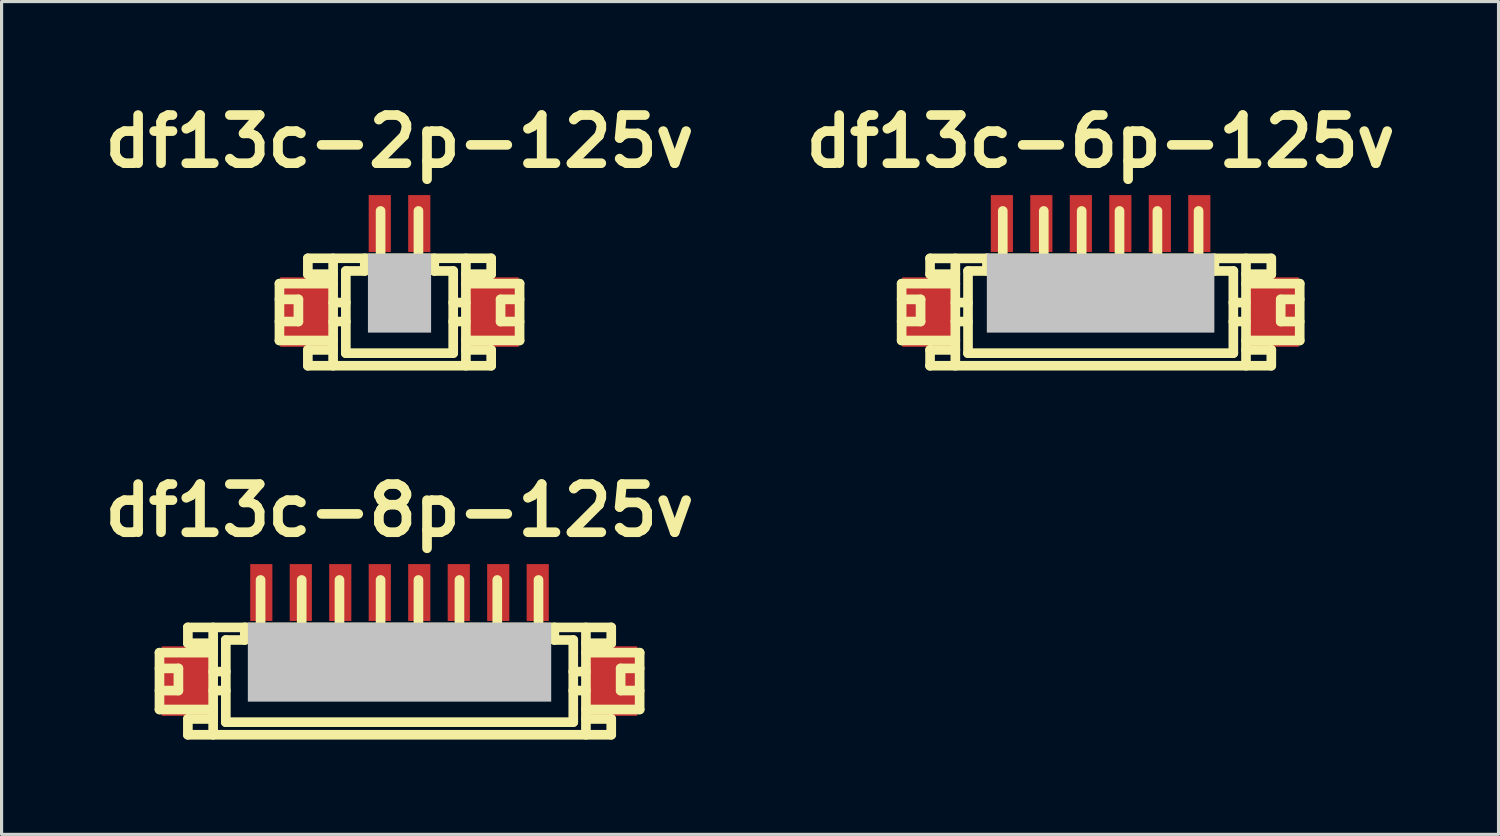
<source format=kicad_pcb>
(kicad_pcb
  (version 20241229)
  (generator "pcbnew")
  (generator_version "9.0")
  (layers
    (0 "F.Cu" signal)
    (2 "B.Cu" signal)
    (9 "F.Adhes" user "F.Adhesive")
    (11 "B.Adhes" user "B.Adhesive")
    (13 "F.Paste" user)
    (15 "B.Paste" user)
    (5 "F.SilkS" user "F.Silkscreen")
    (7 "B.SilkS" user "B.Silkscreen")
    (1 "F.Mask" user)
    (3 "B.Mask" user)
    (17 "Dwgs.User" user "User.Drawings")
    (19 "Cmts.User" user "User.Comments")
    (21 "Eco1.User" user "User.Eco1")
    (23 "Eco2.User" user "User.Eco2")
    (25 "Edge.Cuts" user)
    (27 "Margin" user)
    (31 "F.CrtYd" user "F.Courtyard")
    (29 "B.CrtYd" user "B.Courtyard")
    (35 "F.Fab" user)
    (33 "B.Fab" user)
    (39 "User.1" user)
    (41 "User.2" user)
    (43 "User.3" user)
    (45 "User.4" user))
  (footprint "df13c-6p-125v"
    (layer "F.Cu")
    (at 31.782 6.026)
    (property "Reference" "df13c-6p-125v" (at 0 -4.6 0) (layer "F.SilkS") (effects (font (size 1.524 1.524) (thickness 0.305))))
    (attr through_hole)
    (fp_line (start -6.297 -0.099) (end -4.597 -0.099) (stroke (width 0.305) (type solid)) (layer "F.SilkS"))
    (fp_line (start -6.297 0.399) (end -5.697 0.399) (stroke (width 0.305) (type solid)) (layer "F.SilkS"))
    (fp_line (start -6.297 1.699) (end -6.297 -0.099) (stroke (width 0.305) (type solid)) (layer "F.SilkS"))
    (fp_line (start -6.297 1.699) (end -4.597 1.699) (stroke (width 0.305) (type solid)) (layer "F.SilkS"))
    (fp_line (start -5.697 0.399) (end -5.697 1.1) (stroke (width 0.305) (type solid)) (layer "F.SilkS"))
    (fp_line (start -5.697 1.1) (end -6.297 1.1) (stroke (width 0.305) (type solid)) (layer "F.SilkS"))
    (fp_line (start -5.4 2.499) (end 5.4 2.499) (stroke (width 0.305) (type solid)) (layer "F.SilkS"))
    (fp_line (start -5.397 -0.399) (end -5.397 -0.899) (stroke (width 0.305) (type solid)) (layer "F.SilkS"))
    (fp_line (start -5.397 2.499) (end -5.397 1.999) (stroke (width 0.305) (type solid)) (layer "F.SilkS"))
    (fp_line (start -4.597 -0.899) (end -4.597 2.499) (stroke (width 0.305) (type solid)) (layer "F.SilkS"))
    (fp_line (start -4.597 -0.399) (end -5.397 -0.399) (stroke (width 0.305) (type solid)) (layer "F.SilkS"))
    (fp_line (start -4.597 0.5) (end -4.196 0.5) (stroke (width 0.305) (type solid)) (layer "F.SilkS"))
    (fp_line (start -4.597 1.1) (end -4.196 1.1) (stroke (width 0.305) (type solid)) (layer "F.SilkS"))
    (fp_line (start -4.597 1.999) (end -5.397 1.999) (stroke (width 0.305) (type solid)) (layer "F.SilkS"))
    (fp_line (start -4.196 -0.5) (end -3.597 -0.5) (stroke (width 0.305) (type solid)) (layer "F.SilkS"))
    (fp_line (start -4.196 2.101) (end -4.196 -0.5) (stroke (width 0.305) (type solid)) (layer "F.SilkS"))
    (fp_line (start -3.597 -0.902) (end -3.597 -0.5) (stroke (width 0.305) (type solid)) (layer "F.SilkS"))
    (fp_line (start -3.198 0.998) (end -3.198 1.199) (stroke (width 0.305) (type solid)) (layer "F.SilkS"))
    (fp_line (start -3.198 1.199) (end -2.997 1.199) (stroke (width 0.305) (type solid)) (layer "F.SilkS"))
    (fp_line (start -3.096 -0.902) (end -3.096 -2.4) (stroke (width 0.305) (type solid)) (layer "F.SilkS"))
    (fp_line (start -2.997 0.998) (end -3.198 0.998) (stroke (width 0.305) (type solid)) (layer "F.SilkS"))
    (fp_line (start -2.997 1.199) (end -2.997 0.998) (stroke (width 0.305) (type solid)) (layer "F.SilkS"))
    (fp_line (start -1.897 1.001) (end -1.699 1.001) (stroke (width 0.305) (type solid)) (layer "F.SilkS"))
    (fp_line (start -1.897 1.199) (end -1.897 1.001) (stroke (width 0.305) (type solid)) (layer "F.SilkS"))
    (fp_line (start -1.798 -0.899) (end -1.798 -2.4) (stroke (width 0.305) (type solid)) (layer "F.SilkS"))
    (fp_line (start -1.699 1.001) (end -1.699 1.199) (stroke (width 0.305) (type solid)) (layer "F.SilkS"))
    (fp_line (start -1.699 1.199) (end -1.897 1.199) (stroke (width 0.305) (type solid)) (layer "F.SilkS"))
    (fp_line (start -0.699 1.001) (end -0.5 1.001) (stroke (width 0.305) (type solid)) (layer "F.SilkS"))
    (fp_line (start -0.699 1.199) (end -0.699 1.001) (stroke (width 0.305) (type solid)) (layer "F.SilkS"))
    (fp_line (start -0.599 -2.4) (end -0.599 -0.899) (stroke (width 0.305) (type solid)) (layer "F.SilkS"))
    (fp_line (start -0.5 1.001) (end -0.5 1.199) (stroke (width 0.305) (type solid)) (layer "F.SilkS"))
    (fp_line (start -0.5 1.199) (end -0.699 1.199) (stroke (width 0.305) (type solid)) (layer "F.SilkS"))
    (fp_line (start 0.399 1.001) (end 0.599 1.001) (stroke (width 0.305) (type solid)) (layer "F.SilkS"))
    (fp_line (start 0.399 1.199) (end 0.399 1.001) (stroke (width 0.305) (type solid)) (layer "F.SilkS"))
    (fp_line (start 0.599 -0.899) (end 0.599 -2.4) (stroke (width 0.305) (type solid)) (layer "F.SilkS"))
    (fp_line (start 0.599 1.001) (end 0.599 1.199) (stroke (width 0.305) (type solid)) (layer "F.SilkS"))
    (fp_line (start 0.599 1.199) (end 0.399 1.199) (stroke (width 0.305) (type solid)) (layer "F.SilkS"))
    (fp_line (start 1.699 1.001) (end 1.897 1.001) (stroke (width 0.305) (type solid)) (layer "F.SilkS"))
    (fp_line (start 1.699 1.199) (end 1.699 1.001) (stroke (width 0.305) (type solid)) (layer "F.SilkS"))
    (fp_line (start 1.798 -0.899) (end 1.798 -2.4) (stroke (width 0.305) (type solid)) (layer "F.SilkS"))
    (fp_line (start 1.897 1.001) (end 1.897 1.199) (stroke (width 0.305) (type solid)) (layer "F.SilkS"))
    (fp_line (start 1.897 1.199) (end 1.699 1.199) (stroke (width 0.305) (type solid)) (layer "F.SilkS"))
    (fp_line (start 3.002 0.998) (end 3.203 0.998) (stroke (width 0.305) (type solid)) (layer "F.SilkS"))
    (fp_line (start 3.002 1.199) (end 3.002 0.998) (stroke (width 0.305) (type solid)) (layer "F.SilkS"))
    (fp_line (start 3.101 -0.902) (end 3.101 -2.4) (stroke (width 0.305) (type solid)) (layer "F.SilkS"))
    (fp_line (start 3.203 0.998) (end 3.203 1.199) (stroke (width 0.305) (type solid)) (layer "F.SilkS"))
    (fp_line (start 3.203 1.199) (end 3.002 1.199) (stroke (width 0.305) (type solid)) (layer "F.SilkS"))
    (fp_line (start 3.602 -0.5) (end 3.602 -0.902) (stroke (width 0.305) (type solid)) (layer "F.SilkS"))
    (fp_line (start 4.199 1.1) (end 4.6 1.1) (stroke (width 0.305) (type solid)) (layer "F.SilkS"))
    (fp_line (start 4.201 -0.5) (end 3.602 -0.5) (stroke (width 0.305) (type solid)) (layer "F.SilkS"))
    (fp_line (start 4.201 2.098) (end 4.201 -0.5) (stroke (width 0.305) (type solid)) (layer "F.SilkS"))
    (fp_line (start 4.201 2.101) (end -4.201 2.101) (stroke (width 0.305) (type solid)) (layer "F.SilkS"))
    (fp_line (start 4.6 0.5) (end 4.199 0.5) (stroke (width 0.305) (type solid)) (layer "F.SilkS"))
    (fp_line (start 4.602 -0.899) (end 4.602 2.499) (stroke (width 0.305) (type solid)) (layer "F.SilkS"))
    (fp_line (start 5.4 -0.899) (end -5.4 -0.899) (stroke (width 0.305) (type solid)) (layer "F.SilkS"))
    (fp_line (start 5.403 -0.399) (end 4.602 -0.399) (stroke (width 0.305) (type solid)) (layer "F.SilkS"))
    (fp_line (start 5.403 -0.399) (end 5.403 -0.899) (stroke (width 0.305) (type solid)) (layer "F.SilkS"))
    (fp_line (start 5.403 1.999) (end 4.602 1.999) (stroke (width 0.305) (type solid)) (layer "F.SilkS"))
    (fp_line (start 5.403 2.499) (end 5.403 1.999) (stroke (width 0.305) (type solid)) (layer "F.SilkS"))
    (fp_line (start 5.7 0.399) (end 5.7 1.1) (stroke (width 0.305) (type solid)) (layer "F.SilkS"))
    (fp_line (start 5.702 0.399) (end 6.302 0.399) (stroke (width 0.305) (type solid)) (layer "F.SilkS"))
    (fp_line (start 5.702 1.1) (end 6.302 1.1) (stroke (width 0.305) (type solid)) (layer "F.SilkS"))
    (fp_line (start 6.302 -0.099) (end 4.602 -0.099) (stroke (width 0.305) (type solid)) (layer "F.SilkS"))
    (fp_line (start 6.302 -0.099) (end 6.302 1.699) (stroke (width 0.305) (type solid)) (layer "F.SilkS"))
    (fp_line (start 6.302 1.699) (end 4.602 1.699) (stroke (width 0.305) (type solid)) (layer "F.SilkS"))
    (pad "" smd rect (at -5.476 0.8) (size 1.6 2.2) (layers "F.Cu" "F.Mask" "F.Paste"))
    (pad "" smd rect (at 0 0.201) (size 7.201 2.499) (layers "Dwgs.User"))
    (pad "" smd rect (at 5.476 0.8) (size 1.6 2.2) (layers "F.Cu" "F.Mask" "F.Paste"))
    (pad "1" smd rect (at -3.124 -2.002) (size 0.701 1.801) (layers "F.Cu" "F.Mask" "F.Paste"))
    (pad "2" smd rect (at -1.875 -2.002) (size 0.701 1.801) (layers "F.Cu" "F.Mask" "F.Paste"))
    (pad "3" smd rect (at -0.625 -2.002) (size 0.701 1.801) (layers "F.Cu" "F.Mask" "F.Paste"))
    (pad "4" smd rect (at 0.625 -2.002) (size 0.701 1.801) (layers "F.Cu" "F.Mask" "F.Paste"))
    (pad "5" smd rect (at 1.875 -2.002) (size 0.701 1.801) (layers "F.Cu" "F.Mask" "F.Paste"))
    (pad "6" smd rect (at 3.124 -2.002) (size 0.701 1.801) (layers "F.Cu" "F.Mask" "F.Paste")))
  (footprint "df13c-2p-125v"
    (layer "F.Cu")
    (at 9.594 6.026)
    (property "Reference" "df13c-2p-125v" (at 0 -4.6 0) (layer "F.SilkS") (effects (font (size 1.524 1.524) (thickness 0.305))))
    (attr through_hole)
    (fp_line (start -3.8 -0.099) (end -2.101 -0.099) (stroke (width 0.305) (type solid)) (layer "F.SilkS"))
    (fp_line (start -3.8 0.399) (end -3.2 0.399) (stroke (width 0.305) (type solid)) (layer "F.SilkS"))
    (fp_line (start -3.8 1.699) (end -3.8 -0.099) (stroke (width 0.305) (type solid)) (layer "F.SilkS"))
    (fp_line (start -3.8 1.699) (end -2.101 1.699) (stroke (width 0.305) (type solid)) (layer "F.SilkS"))
    (fp_line (start -3.2 0.399) (end -3.2 1.1) (stroke (width 0.305) (type solid)) (layer "F.SilkS"))
    (fp_line (start -3.2 1.1) (end -3.8 1.1) (stroke (width 0.305) (type solid)) (layer "F.SilkS"))
    (fp_line (start -2.901 -0.902) (end 2.901 -0.902) (stroke (width 0.305) (type solid)) (layer "F.SilkS"))
    (fp_line (start -2.901 -0.399) (end -2.901 -0.899) (stroke (width 0.305) (type solid)) (layer "F.SilkS"))
    (fp_line (start -2.901 2.499) (end -2.901 1.999) (stroke (width 0.305) (type solid)) (layer "F.SilkS"))
    (fp_line (start -2.901 2.499) (end 2.901 2.499) (stroke (width 0.305) (type solid)) (layer "F.SilkS"))
    (fp_line (start -2.101 -0.899) (end -2.101 2.499) (stroke (width 0.305) (type solid)) (layer "F.SilkS"))
    (fp_line (start -2.101 -0.399) (end -2.901 -0.399) (stroke (width 0.305) (type solid)) (layer "F.SilkS"))
    (fp_line (start -2.101 0.5) (end -1.699 0.5) (stroke (width 0.305) (type solid)) (layer "F.SilkS"))
    (fp_line (start -2.101 1.1) (end -1.699 1.1) (stroke (width 0.305) (type solid)) (layer "F.SilkS"))
    (fp_line (start -2.101 1.999) (end -2.901 1.999) (stroke (width 0.305) (type solid)) (layer "F.SilkS"))
    (fp_line (start -1.699 -0.5) (end -1.1 -0.5) (stroke (width 0.305) (type solid)) (layer "F.SilkS"))
    (fp_line (start -1.699 2.101) (end -1.699 -0.5) (stroke (width 0.305) (type solid)) (layer "F.SilkS"))
    (fp_line (start -1.1 -0.902) (end -1.1 -0.5) (stroke (width 0.305) (type solid)) (layer "F.SilkS"))
    (fp_line (start -0.701 0.998) (end -0.701 1.199) (stroke (width 0.305) (type solid)) (layer "F.SilkS"))
    (fp_line (start -0.701 1.199) (end -0.5 1.199) (stroke (width 0.305) (type solid)) (layer "F.SilkS"))
    (fp_line (start -0.599 -0.902) (end -0.599 -2.4) (stroke (width 0.305) (type solid)) (layer "F.SilkS"))
    (fp_line (start -0.5 0.998) (end -0.701 0.998) (stroke (width 0.305) (type solid)) (layer "F.SilkS"))
    (fp_line (start -0.5 1.199) (end -0.5 0.998) (stroke (width 0.305) (type solid)) (layer "F.SilkS"))
    (fp_line (start 0.5 0.998) (end 0.701 0.998) (stroke (width 0.305) (type solid)) (layer "F.SilkS"))
    (fp_line (start 0.5 1.199) (end 0.5 0.998) (stroke (width 0.305) (type solid)) (layer "F.SilkS"))
    (fp_line (start 0.599 -0.902) (end 0.599 -2.4) (stroke (width 0.305) (type solid)) (layer "F.SilkS"))
    (fp_line (start 0.701 0.998) (end 0.701 1.199) (stroke (width 0.305) (type solid)) (layer "F.SilkS"))
    (fp_line (start 0.701 1.199) (end 0.5 1.199) (stroke (width 0.305) (type solid)) (layer "F.SilkS"))
    (fp_line (start 1.1 -0.5) (end 1.1 -0.902) (stroke (width 0.305) (type solid)) (layer "F.SilkS"))
    (fp_line (start 1.697 1.1) (end 2.098 1.1) (stroke (width 0.305) (type solid)) (layer "F.SilkS"))
    (fp_line (start 1.699 -0.5) (end 1.1 -0.5) (stroke (width 0.305) (type solid)) (layer "F.SilkS"))
    (fp_line (start 1.699 2.098) (end 1.699 -0.5) (stroke (width 0.305) (type solid)) (layer "F.SilkS"))
    (fp_line (start 1.699 2.101) (end -1.699 2.101) (stroke (width 0.305) (type solid)) (layer "F.SilkS"))
    (fp_line (start 2.098 0.5) (end 1.697 0.5) (stroke (width 0.305) (type solid)) (layer "F.SilkS"))
    (fp_line (start 2.101 -0.899) (end 2.101 2.499) (stroke (width 0.305) (type solid)) (layer "F.SilkS"))
    (fp_line (start 2.901 -0.399) (end 2.101 -0.399) (stroke (width 0.305) (type solid)) (layer "F.SilkS"))
    (fp_line (start 2.901 -0.399) (end 2.901 -0.899) (stroke (width 0.305) (type solid)) (layer "F.SilkS"))
    (fp_line (start 2.901 1.999) (end 2.101 1.999) (stroke (width 0.305) (type solid)) (layer "F.SilkS"))
    (fp_line (start 2.901 2.499) (end 2.901 1.999) (stroke (width 0.305) (type solid)) (layer "F.SilkS"))
    (fp_line (start 3.198 0.399) (end 3.198 1.1) (stroke (width 0.305) (type solid)) (layer "F.SilkS"))
    (fp_line (start 3.2 0.399) (end 3.8 0.399) (stroke (width 0.305) (type solid)) (layer "F.SilkS"))
    (fp_line (start 3.2 1.1) (end 3.8 1.1) (stroke (width 0.305) (type solid)) (layer "F.SilkS"))
    (fp_line (start 3.8 -0.099) (end 2.101 -0.099) (stroke (width 0.305) (type solid)) (layer "F.SilkS"))
    (fp_line (start 3.8 -0.099) (end 3.8 1.699) (stroke (width 0.305) (type solid)) (layer "F.SilkS"))
    (fp_line (start 3.8 1.699) (end 2.101 1.699) (stroke (width 0.305) (type solid)) (layer "F.SilkS"))
    (pad "" smd rect (at -2.974 0.8) (size 1.6 2.2) (layers "F.Cu" "F.Mask" "F.Paste"))
    (pad "" smd rect (at 0 0.201) (size 1.999 2.499) (layers "Dwgs.User"))
    (pad "" smd rect (at 2.974 0.8) (size 1.6 2.2) (layers "F.Cu" "F.Mask" "F.Paste"))
    (pad "1" smd rect (at -0.625 -2.002) (size 0.701 1.801) (layers "F.Cu" "F.Mask" "F.Paste"))
    (pad "2" smd rect (at 0.625 -2.002) (size 0.701 1.801) (layers "F.Cu" "F.Mask" "F.Paste")))
  (footprint "df13c-8p-125v"
    (layer "F.Cu")
    (at 9.594 17.705)
    (property "Reference" "df13c-8p-125v" (at 0 -4.6 0) (layer "F.SilkS") (effects (font (size 1.524 1.524) (thickness 0.305))))
    (attr through_hole)
    (fp_line (start -7.597 -0.099) (end -5.898 -0.099) (stroke (width 0.305) (type solid)) (layer "F.SilkS"))
    (fp_line (start -7.597 0.399) (end -6.998 0.399) (stroke (width 0.305) (type solid)) (layer "F.SilkS"))
    (fp_line (start -7.597 1.699) (end -7.597 -0.099) (stroke (width 0.305) (type solid)) (layer "F.SilkS"))
    (fp_line (start -7.597 1.699) (end -5.898 1.699) (stroke (width 0.305) (type solid)) (layer "F.SilkS"))
    (fp_line (start -6.998 0.399) (end -6.998 1.1) (stroke (width 0.305) (type solid)) (layer "F.SilkS"))
    (fp_line (start -6.998 1.1) (end -7.597 1.1) (stroke (width 0.305) (type solid)) (layer "F.SilkS"))
    (fp_line (start -6.698 -0.399) (end -6.698 -0.899) (stroke (width 0.305) (type solid)) (layer "F.SilkS"))
    (fp_line (start -6.698 2.499) (end -6.698 1.999) (stroke (width 0.305) (type solid)) (layer "F.SilkS"))
    (fp_line (start -5.898 -0.899) (end -5.898 2.499) (stroke (width 0.305) (type solid)) (layer "F.SilkS"))
    (fp_line (start -5.898 -0.399) (end -6.698 -0.399) (stroke (width 0.305) (type solid)) (layer "F.SilkS"))
    (fp_line (start -5.898 0.5) (end -5.497 0.5) (stroke (width 0.305) (type solid)) (layer "F.SilkS"))
    (fp_line (start -5.898 1.1) (end -5.497 1.1) (stroke (width 0.305) (type solid)) (layer "F.SilkS"))
    (fp_line (start -5.898 1.999) (end -6.698 1.999) (stroke (width 0.305) (type solid)) (layer "F.SilkS"))
    (fp_line (start -5.499 2.101) (end 5.499 2.101) (stroke (width 0.305) (type solid)) (layer "F.SilkS"))
    (fp_line (start -5.497 -0.5) (end -4.897 -0.5) (stroke (width 0.305) (type solid)) (layer "F.SilkS"))
    (fp_line (start -5.497 2.101) (end -5.497 -0.5) (stroke (width 0.305) (type solid)) (layer "F.SilkS"))
    (fp_line (start -4.897 -0.902) (end -4.897 -0.5) (stroke (width 0.305) (type solid)) (layer "F.SilkS"))
    (fp_line (start -4.498 0.998) (end -4.498 1.199) (stroke (width 0.305) (type solid)) (layer "F.SilkS"))
    (fp_line (start -4.498 1.199) (end -4.298 1.199) (stroke (width 0.305) (type solid)) (layer "F.SilkS"))
    (fp_line (start -4.397 -0.902) (end -4.397 -2.4) (stroke (width 0.305) (type solid)) (layer "F.SilkS"))
    (fp_line (start -4.298 0.998) (end -4.498 0.998) (stroke (width 0.305) (type solid)) (layer "F.SilkS"))
    (fp_line (start -4.298 1.199) (end -4.298 0.998) (stroke (width 0.305) (type solid)) (layer "F.SilkS"))
    (fp_line (start -3.2 1.001) (end -3.002 1.001) (stroke (width 0.305) (type solid)) (layer "F.SilkS"))
    (fp_line (start -3.2 1.199) (end -3.2 1.001) (stroke (width 0.305) (type solid)) (layer "F.SilkS"))
    (fp_line (start -3.096 -0.899) (end -3.096 -2.4) (stroke (width 0.305) (type solid)) (layer "F.SilkS"))
    (fp_line (start -3.002 1.001) (end -3.002 1.199) (stroke (width 0.305) (type solid)) (layer "F.SilkS"))
    (fp_line (start -3.002 1.199) (end -3.2 1.199) (stroke (width 0.305) (type solid)) (layer "F.SilkS"))
    (fp_line (start -1.999 1.001) (end -1.801 1.001) (stroke (width 0.305) (type solid)) (layer "F.SilkS"))
    (fp_line (start -1.999 1.199) (end -1.999 1.001) (stroke (width 0.305) (type solid)) (layer "F.SilkS"))
    (fp_line (start -1.9 -2.4) (end -1.9 -0.899) (stroke (width 0.305) (type solid)) (layer "F.SilkS"))
    (fp_line (start -1.801 1.001) (end -1.801 1.199) (stroke (width 0.305) (type solid)) (layer "F.SilkS"))
    (fp_line (start -1.801 1.199) (end -1.999 1.199) (stroke (width 0.305) (type solid)) (layer "F.SilkS"))
    (fp_line (start -0.699 1.001) (end -0.5 1.001) (stroke (width 0.305) (type solid)) (layer "F.SilkS"))
    (fp_line (start -0.699 1.199) (end -0.699 1.001) (stroke (width 0.305) (type solid)) (layer "F.SilkS"))
    (fp_line (start -0.599 -0.899) (end -0.599 -2.4) (stroke (width 0.305) (type solid)) (layer "F.SilkS"))
    (fp_line (start -0.5 1.001) (end -0.5 1.199) (stroke (width 0.305) (type solid)) (layer "F.SilkS"))
    (fp_line (start -0.5 1.199) (end -0.699 1.199) (stroke (width 0.305) (type solid)) (layer "F.SilkS"))
    (fp_line (start 0.498 1.001) (end 0.699 1.001) (stroke (width 0.305) (type solid)) (layer "F.SilkS"))
    (fp_line (start 0.498 1.199) (end 0.498 1.001) (stroke (width 0.305) (type solid)) (layer "F.SilkS"))
    (fp_line (start 0.599 -2.4) (end 0.599 -0.899) (stroke (width 0.305) (type solid)) (layer "F.SilkS"))
    (fp_line (start 0.699 1.001) (end 0.699 1.199) (stroke (width 0.305) (type solid)) (layer "F.SilkS"))
    (fp_line (start 0.699 1.199) (end 0.498 1.199) (stroke (width 0.305) (type solid)) (layer "F.SilkS"))
    (fp_line (start 1.796 1.001) (end 1.994 1.001) (stroke (width 0.305) (type solid)) (layer "F.SilkS"))
    (fp_line (start 1.796 1.199) (end 1.796 1.001) (stroke (width 0.305) (type solid)) (layer "F.SilkS"))
    (fp_line (start 1.897 -0.899) (end 1.897 -2.4) (stroke (width 0.305) (type solid)) (layer "F.SilkS"))
    (fp_line (start 1.994 1.001) (end 1.994 1.199) (stroke (width 0.305) (type solid)) (layer "F.SilkS"))
    (fp_line (start 1.994 1.199) (end 1.796 1.199) (stroke (width 0.305) (type solid)) (layer "F.SilkS"))
    (fp_line (start 3 0.998) (end 3.2 0.998) (stroke (width 0.305) (type solid)) (layer "F.SilkS"))
    (fp_line (start 3 1.199) (end 3 0.998) (stroke (width 0.305) (type solid)) (layer "F.SilkS"))
    (fp_line (start 3.094 -0.899) (end 3.094 -2.4) (stroke (width 0.305) (type solid)) (layer "F.SilkS"))
    (fp_line (start 3.2 0.998) (end 3.2 1.199) (stroke (width 0.305) (type solid)) (layer "F.SilkS"))
    (fp_line (start 3.2 1.199) (end 3 1.199) (stroke (width 0.305) (type solid)) (layer "F.SilkS"))
    (fp_line (start 4.3 1.001) (end 4.501 1.001) (stroke (width 0.305) (type solid)) (layer "F.SilkS"))
    (fp_line (start 4.3 1.199) (end 4.3 1.001) (stroke (width 0.305) (type solid)) (layer "F.SilkS"))
    (fp_line (start 4.399 -0.902) (end 4.399 -2.4) (stroke (width 0.305) (type solid)) (layer "F.SilkS"))
    (fp_line (start 4.501 1.001) (end 4.501 1.199) (stroke (width 0.305) (type solid)) (layer "F.SilkS"))
    (fp_line (start 4.501 1.199) (end 4.3 1.199) (stroke (width 0.305) (type solid)) (layer "F.SilkS"))
    (fp_line (start 4.9 -0.5) (end 4.9 -0.902) (stroke (width 0.305) (type solid)) (layer "F.SilkS"))
    (fp_line (start 5.497 1.1) (end 5.898 1.1) (stroke (width 0.305) (type solid)) (layer "F.SilkS"))
    (fp_line (start 5.499 -0.5) (end 4.9 -0.5) (stroke (width 0.305) (type solid)) (layer "F.SilkS"))
    (fp_line (start 5.499 2.098) (end 5.499 -0.5) (stroke (width 0.305) (type solid)) (layer "F.SilkS"))
    (fp_line (start 5.898 0.5) (end 5.497 0.5) (stroke (width 0.305) (type solid)) (layer "F.SilkS"))
    (fp_line (start 5.9 -0.899) (end 5.9 2.499) (stroke (width 0.305) (type solid)) (layer "F.SilkS"))
    (fp_line (start 6.701 -0.899) (end -6.701 -0.899) (stroke (width 0.305) (type solid)) (layer "F.SilkS"))
    (fp_line (start 6.701 -0.399) (end 5.9 -0.399) (stroke (width 0.305) (type solid)) (layer "F.SilkS"))
    (fp_line (start 6.701 -0.399) (end 6.701 -0.899) (stroke (width 0.305) (type solid)) (layer "F.SilkS"))
    (fp_line (start 6.701 1.999) (end 5.9 1.999) (stroke (width 0.305) (type solid)) (layer "F.SilkS"))
    (fp_line (start 6.701 2.499) (end -6.701 2.499) (stroke (width 0.305) (type solid)) (layer "F.SilkS"))
    (fp_line (start 6.701 2.499) (end 6.701 1.999) (stroke (width 0.305) (type solid)) (layer "F.SilkS"))
    (fp_line (start 6.998 0.399) (end 6.998 1.1) (stroke (width 0.305) (type solid)) (layer "F.SilkS"))
    (fp_line (start 7 0.399) (end 7.6 0.399) (stroke (width 0.305) (type solid)) (layer "F.SilkS"))
    (fp_line (start 7 1.1) (end 7.6 1.1) (stroke (width 0.305) (type solid)) (layer "F.SilkS"))
    (fp_line (start 7.6 -0.099) (end 5.9 -0.099) (stroke (width 0.305) (type solid)) (layer "F.SilkS"))
    (fp_line (start 7.6 -0.099) (end 7.6 1.699) (stroke (width 0.305) (type solid)) (layer "F.SilkS"))
    (fp_line (start 7.6 1.699) (end 5.9 1.699) (stroke (width 0.305) (type solid)) (layer "F.SilkS"))
    (pad "" smd rect (at -6.726 0.8) (size 1.6 2.2) (layers "F.Cu" "F.Mask" "F.Paste"))
    (pad "" smd rect (at 0 0.201) (size 9.601 2.499) (layers "Dwgs.User"))
    (pad "" smd rect (at 6.726 0.8) (size 1.6 2.2) (layers "F.Cu" "F.Mask" "F.Paste"))
    (pad "1" smd rect (at -4.374 -2.002) (size 0.701 1.801) (layers "F.Cu" "F.Mask" "F.Paste"))
    (pad "2" smd rect (at -3.124 -2.002) (size 0.701 1.801) (layers "F.Cu" "F.Mask" "F.Paste"))
    (pad "3" smd rect (at -1.875 -2.002) (size 0.701 1.801) (layers "F.Cu" "F.Mask" "F.Paste"))
    (pad "4" smd rect (at -0.625 -2.002) (size 0.701 1.801) (layers "F.Cu" "F.Mask" "F.Paste"))
    (pad "5" smd rect (at 0.625 -2.002) (size 0.701 1.801) (layers "F.Cu" "F.Mask" "F.Paste"))
    (pad "6" smd rect (at 1.875 -2.002) (size 0.701 1.801) (layers "F.Cu" "F.Mask" "F.Paste"))
    (pad "7" smd rect (at 3.124 -2.002) (size 0.701 1.801) (layers "F.Cu" "F.Mask" "F.Paste"))
    (pad "8" smd rect (at 4.374 -2.002) (size 0.701 1.801) (layers "F.Cu" "F.Mask" "F.Paste")))
  (gr_rect
    (start -3 -3)
    (end 44.376 23.356)
    (stroke (width 0.1) (type default))
    (fill no)
    (layer "Edge.Cuts")))
</source>
